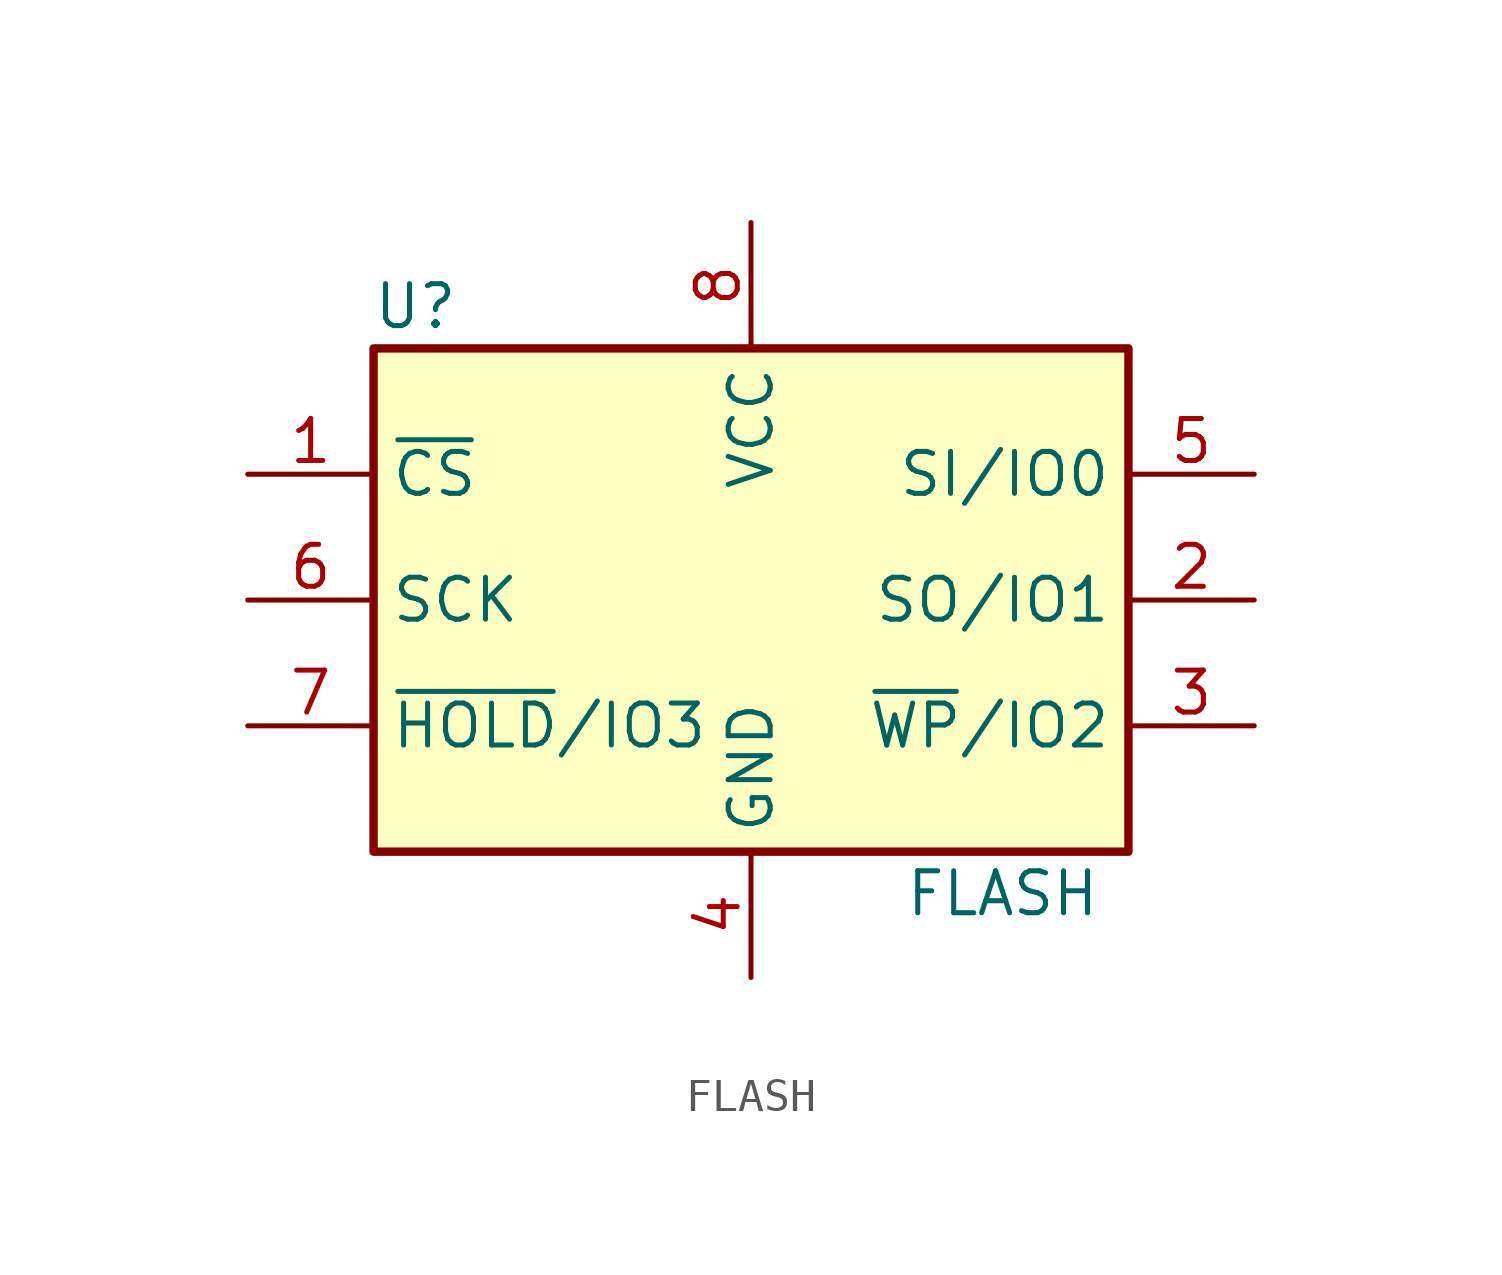
<source format=kicad_sym>
(kicad_symbol_lib
  (version 20211014)
  (generator kicad_symbol_editor)
  (symbol "FLASH"
    (property "Reference" "U"
      (at -10.16 7.62 0)
      (effects (font (size 1.27 1.27))))
    (property "Value" "FLASH"
      (at 7.62 -10.16 0)
      (effects (font (size 1.27 1.27))))
    (symbol "FLASH_1_1"
      (rectangle (start -11.43 6.35) (end 11.43 -8.89) (stroke (width 0.254) (type default) (color 0 0 0 0)) (fill (type background)))
      (pin input line (at -15.24 2.54 0) (length 3.81) (name "~{CS}" (effects (font (size 1.27 1.27)))) (number "1" (effects (font (size 1.27 1.27)))))
      (pin bidirectional line (at 15.24 -1.27 180) (length 3.81) (name "SO/IO1" (effects (font (size 1.27 1.27)))) (number "2" (effects (font (size 1.27 1.27)))))
      (pin bidirectional line (at 15.24 -5.08 180) (length 3.81) (name "~{WP}/IO2" (effects (font (size 1.27 1.27)))) (number "3" (effects (font (size 1.27 1.27)))))
      (pin power_in line (at 0 -12.7 90) (length 3.81) (name "GND" (effects (font (size 1.27 1.27)))) (number "4" (effects (font (size 1.27 1.27)))))
      (pin bidirectional line (at 15.24 2.54 180) (length 3.81) (name "SI/IO0" (effects (font (size 1.27 1.27)))) (number "5" (effects (font (size 1.27 1.27)))))
      (pin input line (at -15.24 -1.27 0) (length 3.81) (name "SCK" (effects (font (size 1.27 1.27)))) (number "6" (effects (font (size 1.27 1.27)))))
      (pin bidirectional line (at -15.24 -5.08 0) (length 3.81) (name "~{HOLD}/IO3" (effects (font (size 1.27 1.27)))) (number "7" (effects (font (size 1.27 1.27)))))
      (pin power_in line (at 0 10.16 270) (length 3.81) (name "VCC" (effects (font (size 1.27 1.27)))) (number "8" (effects (font (size 1.27 1.27))))))))
</source>
